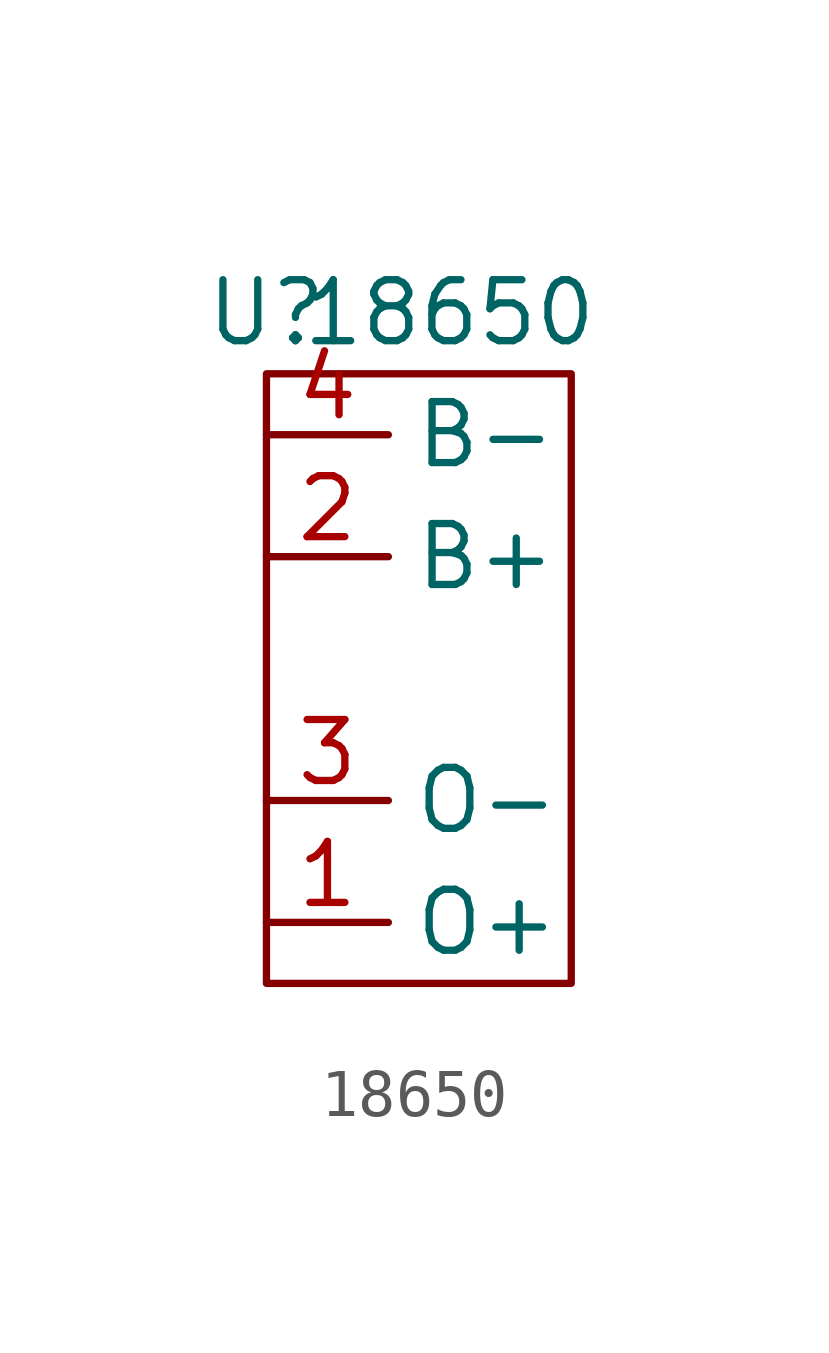
<source format=kicad_sym>
(kicad_symbol_lib
  (version 20211014)
  (generator kicad_symbol_editor)
  (symbol "18650"
    (property "Reference" "U"
      (at -8.89 -5.08 0)
      (effects (font (size 1.27 1.27))))
    (property "Value" "18650"
      (at -5.08 -5.08 0)
      (effects (font (size 1.27 1.27))))
    (symbol "18650_0_1"
      (rectangle (start -8.89 -6.35) (end -2.54 -19.05) (stroke (width 0) (type default) (color 0 0 0 0)) (fill (type none))))
    (symbol "18650_1_1"
      (pin output line (at -8.89 -17.78 0) (length 2.54) (name "O+" (effects (font (size 1.27 1.27)))) (number "1" (effects (font (size 1.27 1.27)))))
      (pin input line (at -8.89 -10.16 0) (length 2.54) (name "B+" (effects (font (size 1.27 1.27)))) (number "2" (effects (font (size 1.27 1.27)))))
      (pin output line (at -8.89 -15.24 0) (length 2.54) (name "O-" (effects (font (size 1.27 1.27)))) (number "3" (effects (font (size 1.27 1.27)))))
      (pin input line (at -8.89 -7.62 0) (length 2.54) (name "B-" (effects (font (size 1.27 1.27)))) (number "4" (effects (font (size 1.27 1.27))))))))
</source>
